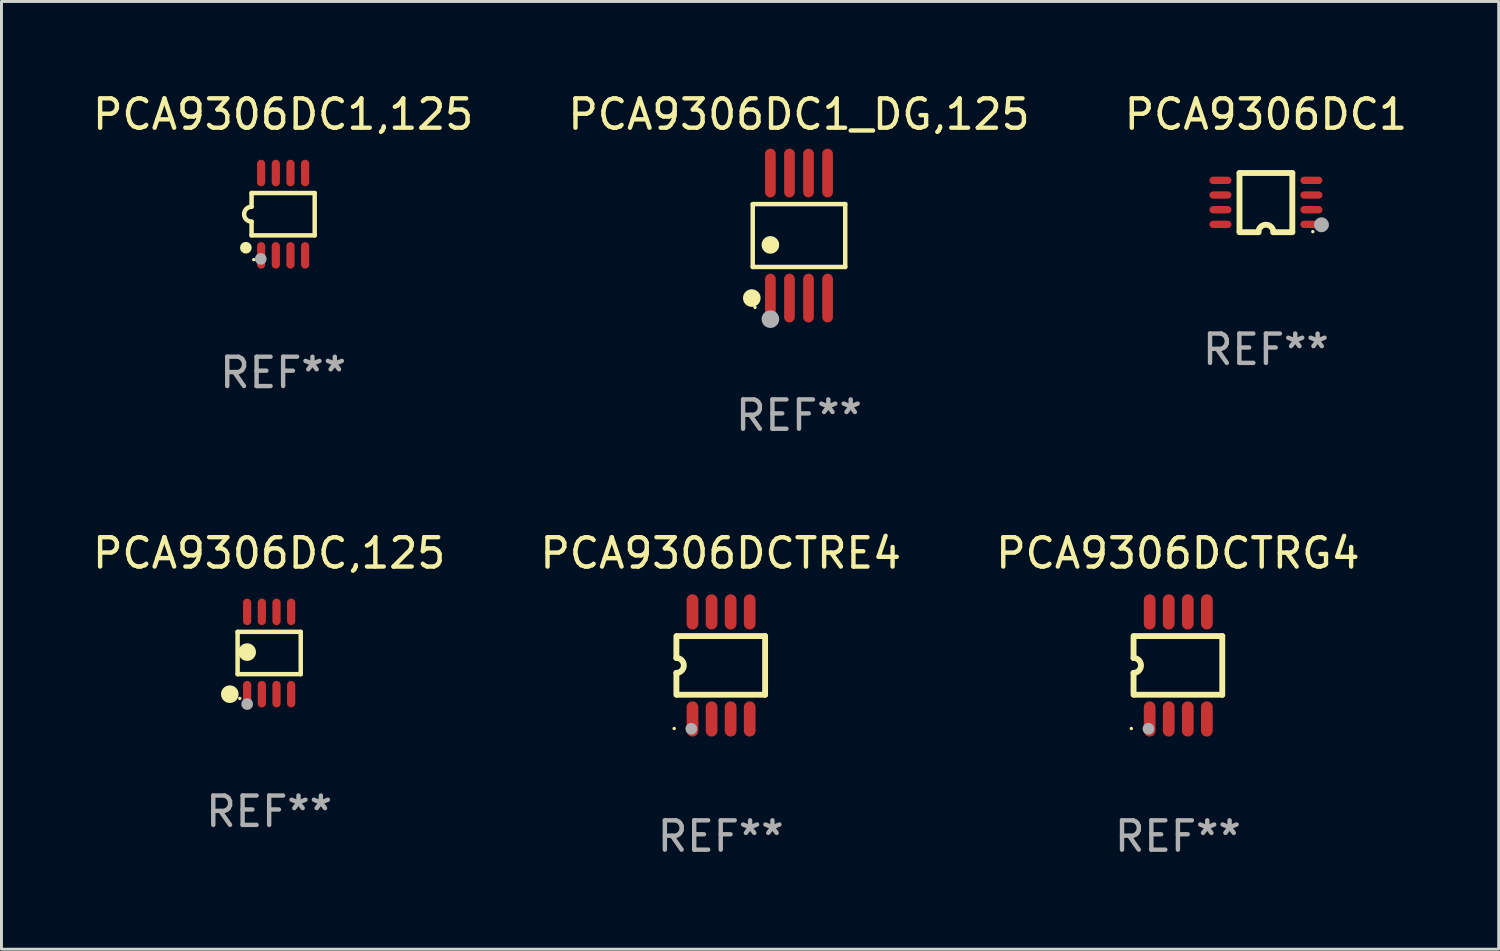
<source format=kicad_pcb>
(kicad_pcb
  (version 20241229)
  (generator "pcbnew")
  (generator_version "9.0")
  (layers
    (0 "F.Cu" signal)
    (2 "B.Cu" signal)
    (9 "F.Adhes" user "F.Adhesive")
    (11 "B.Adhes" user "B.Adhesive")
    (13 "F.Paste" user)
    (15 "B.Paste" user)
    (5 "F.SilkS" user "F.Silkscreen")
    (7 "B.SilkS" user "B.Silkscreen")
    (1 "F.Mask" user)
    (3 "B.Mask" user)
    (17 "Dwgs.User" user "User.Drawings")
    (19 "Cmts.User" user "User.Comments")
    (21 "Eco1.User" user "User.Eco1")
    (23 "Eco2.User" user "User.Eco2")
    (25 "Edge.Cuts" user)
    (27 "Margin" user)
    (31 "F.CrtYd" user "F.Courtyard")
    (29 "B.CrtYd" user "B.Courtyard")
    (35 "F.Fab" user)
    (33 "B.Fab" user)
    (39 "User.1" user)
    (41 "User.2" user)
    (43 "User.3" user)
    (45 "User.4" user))
  (footprint "PCA9306DC,125"
    (layer "F.Cu")
    (at 6.125 19.209)
    (property "Reference" "PCA9306DC,125" (at 0 -3.403 0) (layer "F.SilkS") (effects (font (size 1 1) (thickness 0.15))))
    (attr through_hole)
    (fp_line (start -1.076 -0.721) (end 1.076 -0.721) (stroke (width 0.152) (type solid)) (layer "F.SilkS"))
    (fp_line (start -1.076 0.721) (end -1.076 -0.721) (stroke (width 0.152) (type solid)) (layer "F.SilkS"))
    (fp_line (start 1.076 -0.721) (end 1.076 0.721) (stroke (width 0.152) (type solid)) (layer "F.SilkS"))
    (fp_line (start 1.076 0.721) (end -1.076 0.721) (stroke (width 0.152) (type solid)) (layer "F.SilkS"))
    (fp_circle (center -1.342 1.403) (end -1.192 1.403) (stroke (width 0.3) (type solid)) (fill no) (layer "F.SilkS"))
    (fp_circle (center -1 1.55) (end -0.97 1.55) (stroke (width 0.06) (type solid)) (fill no) (layer "F.SilkS"))
    (fp_circle (center -0.75 -0.031) (end -0.6 -0.031) (stroke (width 0.3) (type solid)) (fill no) (layer "F.SilkS"))
    (fp_circle (center -0.75 1.74) (end -0.65 1.74) (stroke (width 0.2) (type solid)) (fill no) (layer "F.Fab"))
    (fp_text user "REF**" (at 0 5.403 0) (layer "F.Fab") (effects (font (size 1 1) (thickness 0.15))))
    (pad "1" smd oval (at -0.75 1.403) (size 0.28 0.905) (layers "F.Cu" "F.Mask" "F.Paste"))
    (pad "2" smd oval (at -0.25 1.403) (size 0.28 0.905) (layers "F.Cu" "F.Mask" "F.Paste"))
    (pad "3" smd oval (at 0.25 1.403) (size 0.28 0.905) (layers "F.Cu" "F.Mask" "F.Paste"))
    (pad "4" smd oval (at 0.75 1.403) (size 0.28 0.905) (layers "F.Cu" "F.Mask" "F.Paste"))
    (pad "5" smd oval (at 0.75 -1.403) (size 0.28 0.905) (layers "F.Cu" "F.Mask" "F.Paste"))
    (pad "6" smd oval (at 0.25 -1.403) (size 0.28 0.905) (layers "F.Cu" "F.Mask" "F.Paste"))
    (pad "7" smd oval (at -0.25 -1.403) (size 0.28 0.905) (layers "F.Cu" "F.Mask" "F.Paste"))
    (pad "8" smd oval (at -0.75 -1.403) (size 0.28 0.905) (layers "F.Cu" "F.Mask" "F.Paste")))
  (footprint "PCA9306DCTRG4"
    (layer "F.Cu")
    (at 37.101 19.632)
    (property "Reference" "PCA9306DCTRG4" (at 0 -3.825 0) (layer "F.SilkS") (effects (font (size 1 1) (thickness 0.15))))
    (attr through_hole)
    (fp_line (start -1.512 -0.254) (end -1.512 -1) (stroke (width 0.2) (type solid)) (layer "F.SilkS"))
    (fp_line (start -1.512 0.254) (end -1.512 1) (stroke (width 0.2) (type solid)) (layer "F.SilkS"))
    (fp_line (start -1.488 -1) (end 1.512 -1) (stroke (width 0.2) (type solid)) (layer "F.SilkS"))
    (fp_line (start 1.512 -1) (end 1.512 1) (stroke (width 0.2) (type solid)) (layer "F.SilkS"))
    (fp_line (start 1.512 1) (end -1.488 1) (stroke (width 0.2) (type solid)) (layer "F.SilkS"))
    (fp_arc (start -1.512002 -0.254001) (mid -1.258001 0) (end -1.512002 0.254001) (stroke (width 0.2) (type solid)) (layer "F.SilkS"))
    (fp_circle (center -1.588 2.15) (end -1.558 2.15) (stroke (width 0.06) (type solid)) (fill no) (layer "F.SilkS"))
    (fp_circle (center -1.004 2.159) (end -0.904 2.159) (stroke (width 0.2) (type solid)) (fill no) (layer "F.Fab"))
    (fp_text user "REF**" (at 0 5.825 0) (layer "F.Fab") (effects (font (size 1 1) (thickness 0.15))))
    (pad "1" smd oval (at -0.963 1.825 270) (size 1.2 0.4) (layers "F.Cu" "F.Mask" "F.Paste"))
    (pad "2" smd oval (at -0.313 1.825 270) (size 1.2 0.4) (layers "F.Cu" "F.Mask" "F.Paste"))
    (pad "3" smd oval (at 0.337 1.825 270) (size 1.2 0.4) (layers "F.Cu" "F.Mask" "F.Paste"))
    (pad "4" smd oval (at 0.987 1.825 270) (size 1.2 0.4) (layers "F.Cu" "F.Mask" "F.Paste"))
    (pad "5" smd oval (at 0.987 -1.825 270) (size 1.2 0.4) (layers "F.Cu" "F.Mask" "F.Paste"))
    (pad "6" smd oval (at 0.337 -1.825 270) (size 1.2 0.4) (layers "F.Cu" "F.Mask" "F.Paste"))
    (pad "7" smd oval (at -0.313 -1.825 270) (size 1.2 0.4) (layers "F.Cu" "F.Mask" "F.Paste"))
    (pad "8" smd oval (at -0.963 -1.825 270) (size 1.2 0.4) (layers "F.Cu" "F.Mask" "F.Paste")))
  (footprint "PCA9306DC1_DG,125"
    (layer "F.Cu")
    (at 24.185 4.979)
    (property "Reference" "PCA9306DC1_DG,125" (at 0 -4.131 0) (layer "F.SilkS") (effects (font (size 1 1) (thickness 0.15))))
    (attr through_hole)
    (fp_line (start -1.576 -1.071) (end 1.576 -1.071) (stroke (width 0.152) (type solid)) (layer "F.SilkS"))
    (fp_line (start -1.576 1.071) (end -1.576 -1.071) (stroke (width 0.152) (type solid)) (layer "F.SilkS"))
    (fp_line (start 1.576 -1.071) (end 1.576 1.071) (stroke (width 0.152) (type solid)) (layer "F.SilkS"))
    (fp_line (start 1.576 1.071) (end -1.576 1.071) (stroke (width 0.152) (type solid)) (layer "F.SilkS"))
    (fp_circle (center -1.609 2.131) (end -1.459 2.131) (stroke (width 0.3) (type solid)) (fill no) (layer "F.SilkS"))
    (fp_circle (center -1.5 2.45) (end -1.47 2.45) (stroke (width 0.06) (type solid)) (fill no) (layer "F.SilkS"))
    (fp_circle (center -0.975 0.319) (end -0.825 0.319) (stroke (width 0.3) (type solid)) (fill no) (layer "F.SilkS"))
    (fp_circle (center -0.975 2.85) (end -0.825 2.85) (stroke (width 0.3) (type solid)) (fill no) (layer "F.Fab"))
    (fp_text user "REF**" (at 0 6.131 0) (layer "F.Fab") (effects (font (size 1 1) (thickness 0.15))))
    (pad "1" smd oval (at -0.975 2.131) (size 0.364 1.662) (layers "F.Cu" "F.Mask" "F.Paste"))
    (pad "2" smd oval (at -0.325 2.131) (size 0.364 1.662) (layers "F.Cu" "F.Mask" "F.Paste"))
    (pad "3" smd oval (at 0.325 2.131) (size 0.364 1.662) (layers "F.Cu" "F.Mask" "F.Paste"))
    (pad "4" smd oval (at 0.975 2.131) (size 0.364 1.662) (layers "F.Cu" "F.Mask" "F.Paste"))
    (pad "5" smd oval (at 0.975 -2.131) (size 0.364 1.662) (layers "F.Cu" "F.Mask" "F.Paste"))
    (pad "6" smd oval (at 0.325 -2.131) (size 0.364 1.662) (layers "F.Cu" "F.Mask" "F.Paste"))
    (pad "7" smd oval (at -0.325 -2.131) (size 0.364 1.662) (layers "F.Cu" "F.Mask" "F.Paste"))
    (pad "8" smd oval (at -0.975 -2.131) (size 0.364 1.662) (layers "F.Cu" "F.Mask" "F.Paste")))
  (footprint "PCA9306DC1"
    (layer "F.Cu")
    (at 40.101 3.856)
    (property "Reference" "PCA9306DC1" (at 0 -3.008 0) (layer "F.SilkS") (effects (font (size 1 1) (thickness 0.15))))
    (attr through_hole)
    (fp_line (start -0.9 -1.008) (end -0.9 0.992) (stroke (width 0.2) (type solid)) (layer "F.SilkS"))
    (fp_line (start -0.254 1.008) (end -0.9 1.008) (stroke (width 0.2) (type solid)) (layer "F.SilkS"))
    (fp_line (start 0.254 1.008) (end 0.9 1.008) (stroke (width 0.2) (type solid)) (layer "F.SilkS"))
    (fp_line (start 0.9 -1.008) (end -0.9 -1.008) (stroke (width 0.2) (type solid)) (layer "F.SilkS"))
    (fp_line (start 0.9 0.992) (end 0.9 -1.008) (stroke (width 0.2) (type solid)) (layer "F.SilkS"))
    (fp_arc (start -0.254128 1.007976) (mid -0.000127 0.753975) (end 0.253874 1.007976) (stroke (width 0.2) (type solid)) (layer "F.SilkS"))
    (fp_circle (center 1.599 0.99) (end 1.629 0.99) (stroke (width 0.06) (type solid)) (fill no) (layer "F.SilkS"))
    (fp_circle (center 1.894 0.756) (end 2.021 0.756) (stroke (width 0.254) (type solid)) (fill no) (layer "F.Fab"))
    (fp_text user "REF**" (at 0 5.008 0) (layer "F.Fab") (effects (font (size 1 1) (thickness 0.15))))
    (pad "1" smd oval (at 1.55 0.742) (size 0.75 0.25) (layers "F.Cu" "F.Mask" "F.Paste"))
    (pad "2" smd oval (at 1.55 0.242) (size 0.75 0.25) (layers "F.Cu" "F.Mask" "F.Paste"))
    (pad "3" smd oval (at 1.55 -0.258) (size 0.75 0.25) (layers "F.Cu" "F.Mask" "F.Paste"))
    (pad "4" smd oval (at 1.55 -0.758) (size 0.75 0.25) (layers "F.Cu" "F.Mask" "F.Paste"))
    (pad "5" smd oval (at -1.55 -0.758) (size 0.75 0.25) (layers "F.Cu" "F.Mask" "F.Paste"))
    (pad "6" smd oval (at -1.55 -0.258) (size 0.75 0.25) (layers "F.Cu" "F.Mask" "F.Paste"))
    (pad "7" smd oval (at -1.55 0.242) (size 0.75 0.25) (layers "F.Cu" "F.Mask" "F.Paste"))
    (pad "8" smd oval (at -1.55 0.742) (size 0.75 0.25) (layers "F.Cu" "F.Mask" "F.Paste")))
  (footprint "PCA9306DC1,125"
    (layer "F.Cu")
    (at 6.601 4.251)
    (property "Reference" "PCA9306DC1,125" (at 0 -3.403 0) (layer "F.SilkS") (effects (font (size 1 1) (thickness 0.15))))
    (attr through_hole)
    (fp_line (start -1.076 -0.721) (end 1.076 -0.721) (stroke (width 0.152) (type solid)) (layer "F.SilkS"))
    (fp_line (start -1.076 -0.254) (end -1.076 -0.721) (stroke (width 0.152) (type solid)) (layer "F.SilkS"))
    (fp_line (start -1.076 0.254) (end -1.076 0.721) (stroke (width 0.152) (type solid)) (layer "F.SilkS"))
    (fp_line (start 1.076 -0.721) (end 1.076 0.721) (stroke (width 0.152) (type solid)) (layer "F.SilkS"))
    (fp_line (start 1.076 0.721) (end -1.076 0.721) (stroke (width 0.152) (type solid)) (layer "F.SilkS"))
    (fp_arc (start -1.076226 0.254051) (mid -1.330226 0.000051) (end -1.076226 -0.253949) (stroke (width 0.151994) (type solid)) (layer "F.SilkS"))
    (fp_circle (center -1.27 1.143) (end -1.17 1.143) (stroke (width 0.2) (type solid)) (fill no) (layer "F.SilkS"))
    (fp_circle (center -1 1.55) (end -0.97 1.55) (stroke (width 0.06) (type solid)) (fill no) (layer "F.SilkS"))
    (fp_circle (center -0.762 1.524) (end -0.662 1.524) (stroke (width 0.2) (type solid)) (fill no) (layer "F.Fab"))
    (fp_text user "REF**" (at 0 5.403 0) (layer "F.Fab") (effects (font (size 1 1) (thickness 0.15))))
    (pad "1" smd oval (at -0.75 1.403) (size 0.28 0.905) (layers "F.Cu" "F.Mask" "F.Paste"))
    (pad "2" smd oval (at -0.25 1.403) (size 0.28 0.905) (layers "F.Cu" "F.Mask" "F.Paste"))
    (pad "3" smd oval (at 0.25 1.403) (size 0.28 0.905) (layers "F.Cu" "F.Mask" "F.Paste"))
    (pad "4" smd oval (at 0.75 1.403) (size 0.28 0.905) (layers "F.Cu" "F.Mask" "F.Paste"))
    (pad "5" smd oval (at 0.75 -1.403) (size 0.28 0.905) (layers "F.Cu" "F.Mask" "F.Paste"))
    (pad "6" smd oval (at 0.25 -1.403) (size 0.28 0.905) (layers "F.Cu" "F.Mask" "F.Paste"))
    (pad "7" smd oval (at -0.25 -1.403) (size 0.28 0.905) (layers "F.Cu" "F.Mask" "F.Paste"))
    (pad "8" smd oval (at -0.75 -1.403) (size 0.28 0.905) (layers "F.Cu" "F.Mask" "F.Paste")))
  (footprint "PCA9306DCTRE4"
    (layer "F.Cu")
    (at 21.518 19.632)
    (property "Reference" "PCA9306DCTRE4" (at 0 -3.825 0) (layer "F.SilkS") (effects (font (size 1 1) (thickness 0.15))))
    (attr through_hole)
    (fp_line (start -1.512 -0.254) (end -1.512 -1) (stroke (width 0.2) (type solid)) (layer "F.SilkS"))
    (fp_line (start -1.512 0.254) (end -1.512 1) (stroke (width 0.2) (type solid)) (layer "F.SilkS"))
    (fp_line (start -1.488 -1) (end 1.512 -1) (stroke (width 0.2) (type solid)) (layer "F.SilkS"))
    (fp_line (start 1.512 -1) (end 1.512 1) (stroke (width 0.2) (type solid)) (layer "F.SilkS"))
    (fp_line (start 1.512 1) (end -1.488 1) (stroke (width 0.2) (type solid)) (layer "F.SilkS"))
    (fp_arc (start -1.512002 -0.254001) (mid -1.258001 0) (end -1.512002 0.254001) (stroke (width 0.2) (type solid)) (layer "F.SilkS"))
    (fp_circle (center -1.588 2.15) (end -1.558 2.15) (stroke (width 0.06) (type solid)) (fill no) (layer "F.SilkS"))
    (fp_circle (center -1.004 2.159) (end -0.904 2.159) (stroke (width 0.2) (type solid)) (fill no) (layer "F.Fab"))
    (fp_text user "REF**" (at 0 5.825 0) (layer "F.Fab") (effects (font (size 1 1) (thickness 0.15))))
    (pad "1" smd oval (at -0.963 1.825 270) (size 1.2 0.4) (layers "F.Cu" "F.Mask" "F.Paste"))
    (pad "2" smd oval (at -0.313 1.825 270) (size 1.2 0.4) (layers "F.Cu" "F.Mask" "F.Paste"))
    (pad "3" smd oval (at 0.337 1.825 270) (size 1.2 0.4) (layers "F.Cu" "F.Mask" "F.Paste"))
    (pad "4" smd oval (at 0.987 1.825 270) (size 1.2 0.4) (layers "F.Cu" "F.Mask" "F.Paste"))
    (pad "5" smd oval (at 0.987 -1.825 270) (size 1.2 0.4) (layers "F.Cu" "F.Mask" "F.Paste"))
    (pad "6" smd oval (at 0.337 -1.825 270) (size 1.2 0.4) (layers "F.Cu" "F.Mask" "F.Paste"))
    (pad "7" smd oval (at -0.313 -1.825 270) (size 1.2 0.4) (layers "F.Cu" "F.Mask" "F.Paste"))
    (pad "8" smd oval (at -0.963 -1.825 270) (size 1.2 0.4) (layers "F.Cu" "F.Mask" "F.Paste")))
  (gr_rect
    (start -3 -3)
    (end 48.036 29.305)
    (stroke (width 0.1) (type default))
    (fill no)
    (layer "Edge.Cuts")))
</source>
